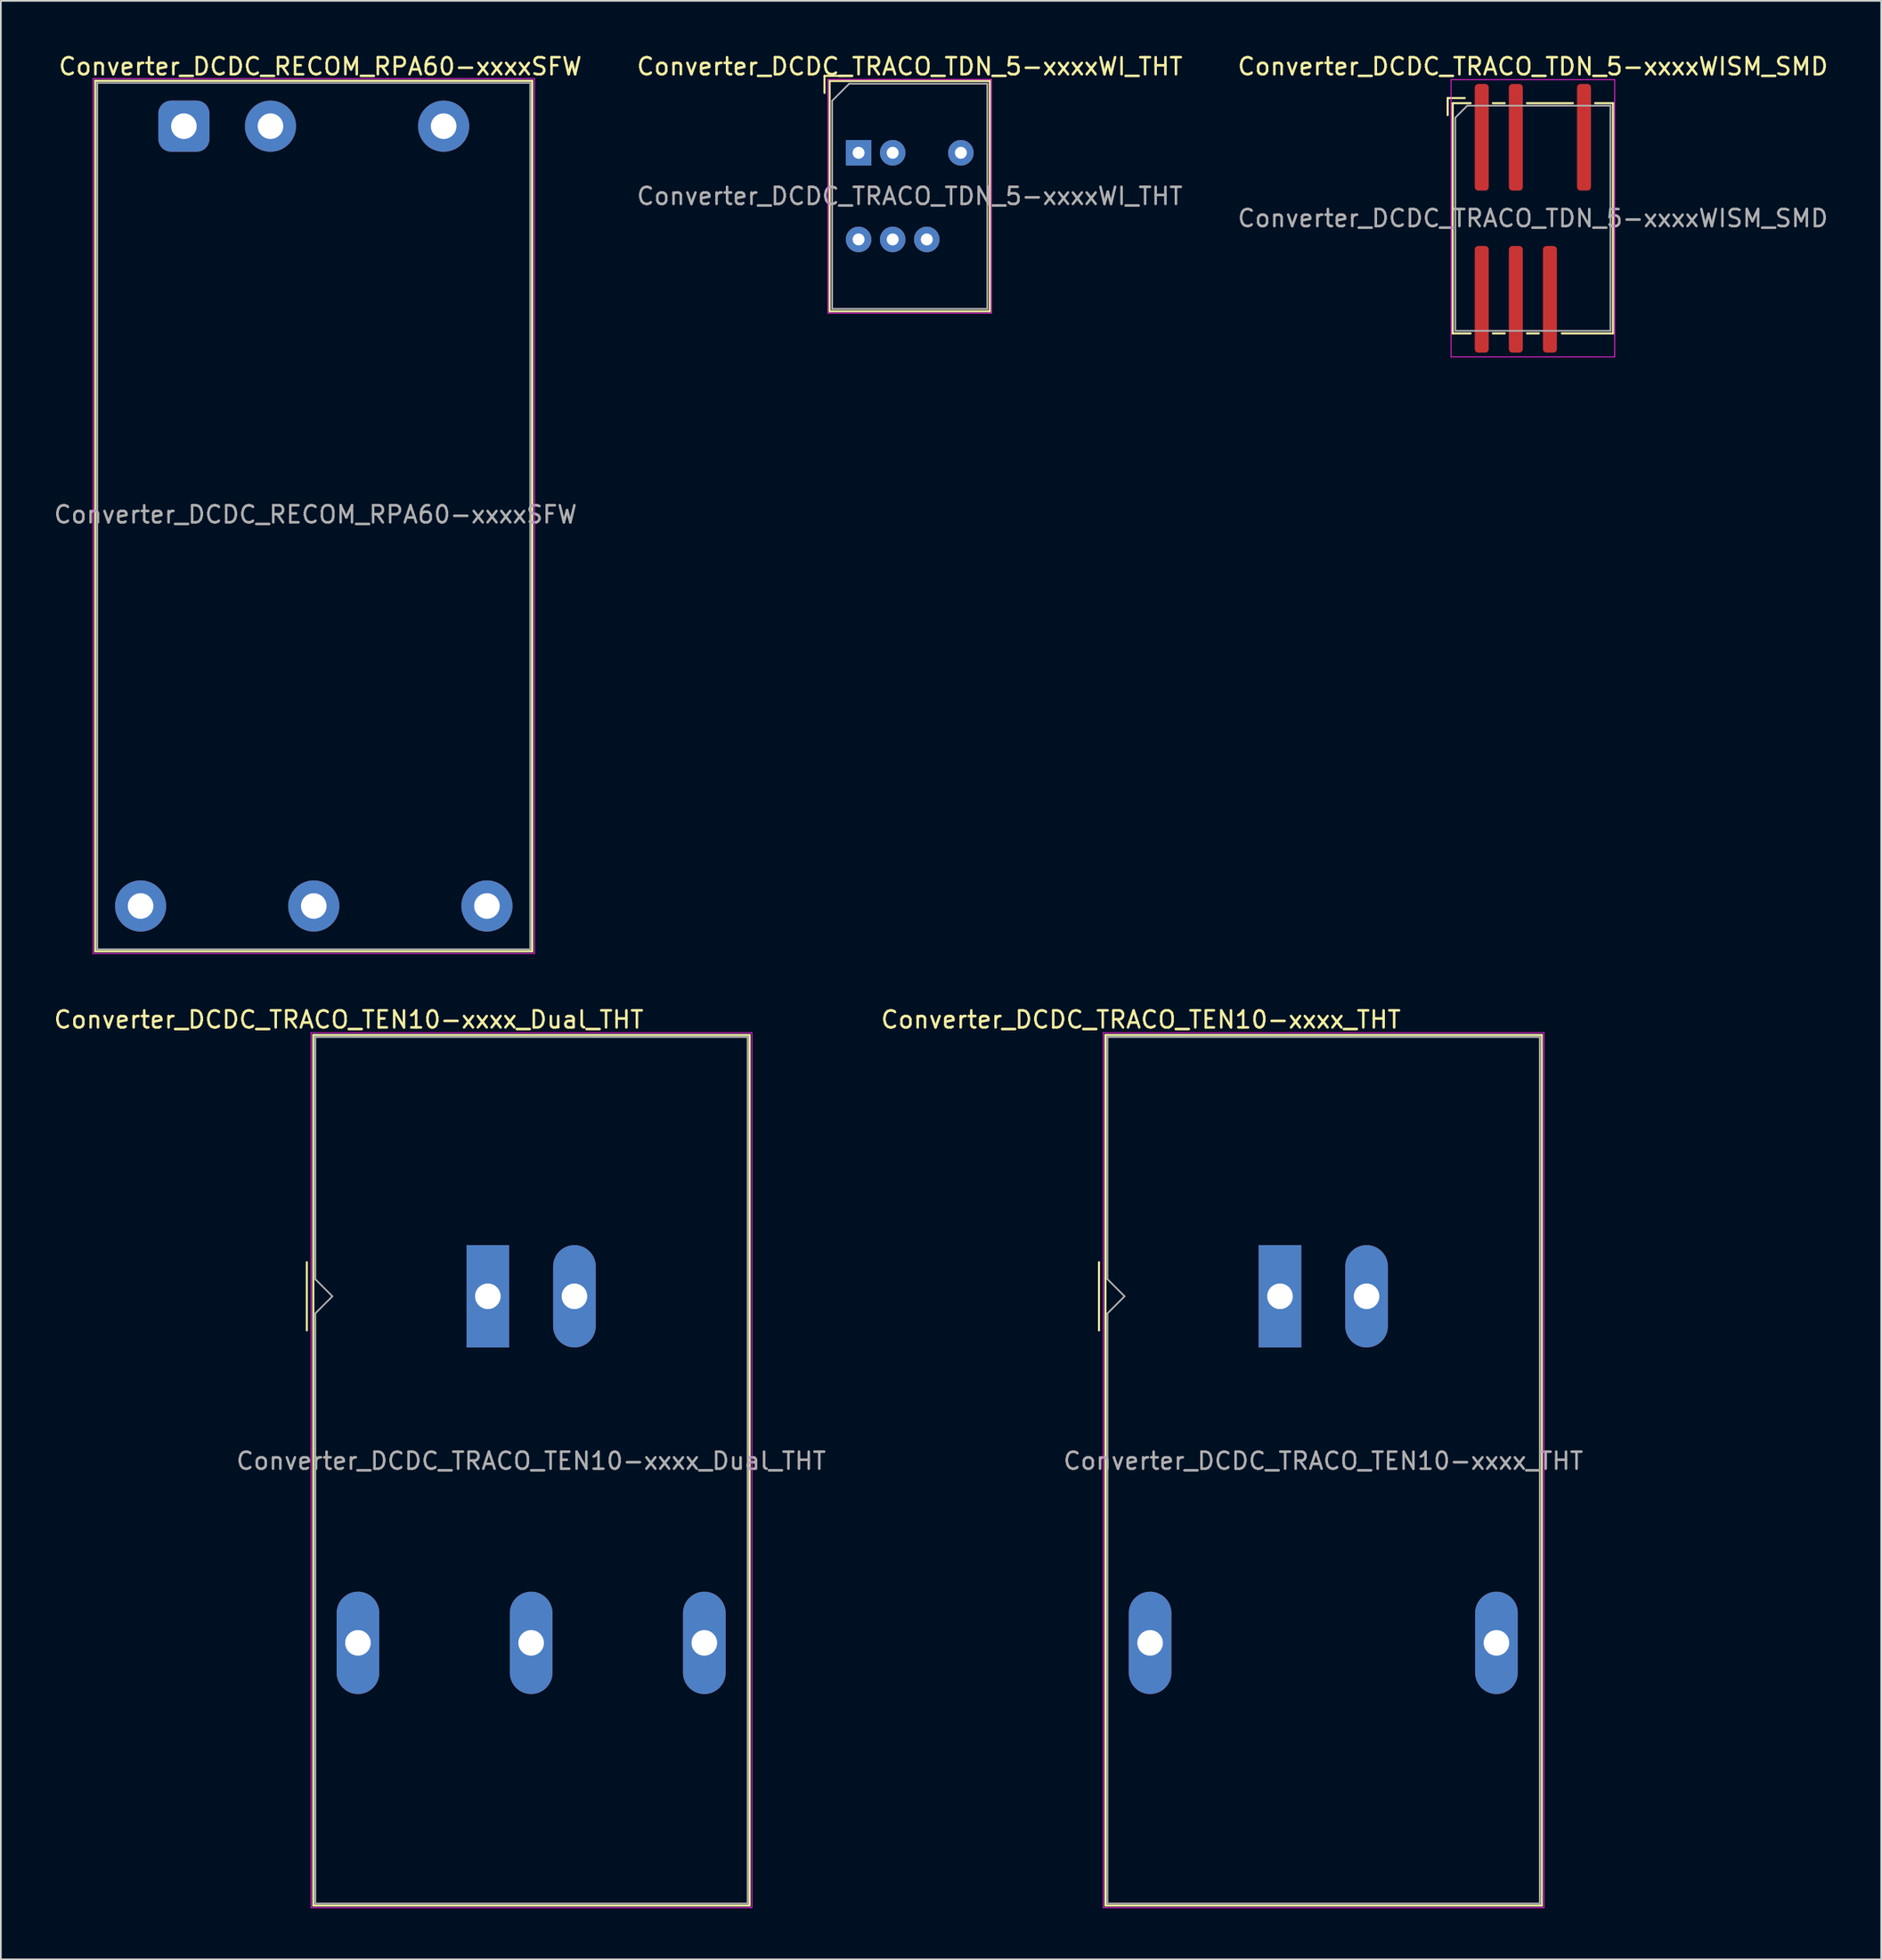
<source format=kicad_pcb>
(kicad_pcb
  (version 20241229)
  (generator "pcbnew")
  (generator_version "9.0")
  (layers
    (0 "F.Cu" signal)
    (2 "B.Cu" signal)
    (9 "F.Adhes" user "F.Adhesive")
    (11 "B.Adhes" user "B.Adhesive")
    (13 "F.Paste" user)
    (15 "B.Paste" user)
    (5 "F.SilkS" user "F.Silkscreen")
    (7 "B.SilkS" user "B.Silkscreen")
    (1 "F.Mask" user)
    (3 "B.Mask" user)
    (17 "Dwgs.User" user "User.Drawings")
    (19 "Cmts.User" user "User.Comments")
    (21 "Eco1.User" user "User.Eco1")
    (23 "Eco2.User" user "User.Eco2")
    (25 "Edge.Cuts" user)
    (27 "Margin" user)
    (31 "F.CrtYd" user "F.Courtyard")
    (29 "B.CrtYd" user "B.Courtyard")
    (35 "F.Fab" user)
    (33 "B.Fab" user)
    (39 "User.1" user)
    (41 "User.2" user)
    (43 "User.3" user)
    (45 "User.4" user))
  (footprint "Converter_DCDC_RECOM_RPA60-xxxxSFW"
    (layer "F.Cu")
    (at 7.738 4.348)
    (property "Reference" "Converter_DCDC_RECOM_RPA60-xxxxSFW" (at 8 -3.5 0) (layer "F.SilkS") (effects (font (size 1 1) (thickness 0.15))))
    (attr through_hole)
    (fp_line (start -5.2 -2.66) (end 20.44 -2.66) (stroke (width 0.12) (type solid)) (layer "F.SilkS"))
    (fp_line (start -5.2 48.38) (end -5.2 -2.66) (stroke (width 0.12) (type solid)) (layer "F.SilkS"))
    (fp_line (start 20.44 -2.66) (end 20.44 48.38) (stroke (width 0.12) (type solid)) (layer "F.SilkS"))
    (fp_line (start 20.44 48.38) (end -5.2 48.38) (stroke (width 0.12) (type solid)) (layer "F.SilkS"))
    (fp_line (start -5.33 -2.79) (end 20.57 -2.79) (stroke (width 0.05) (type solid)) (layer "F.CrtYd"))
    (fp_line (start -5.33 48.51) (end -5.33 -2.79) (stroke (width 0.05) (type solid)) (layer "F.CrtYd"))
    (fp_line (start 20.57 -2.79) (end 20.57 48.51) (stroke (width 0.05) (type solid)) (layer "F.CrtYd"))
    (fp_line (start 20.57 48.51) (end -5.33 48.51) (stroke (width 0.05) (type solid)) (layer "F.CrtYd"))
    (fp_line (start -5.08 -2.54) (end 20.32 -2.54) (stroke (width 0.1) (type solid)) (layer "F.Fab"))
    (fp_line (start -5.08 48.26) (end -5.08 -2.54) (stroke (width 0.1) (type solid)) (layer "F.Fab"))
    (fp_line (start -5.08 48.26) (end 20.32 48.26) (stroke (width 0.1) (type solid)) (layer "F.Fab"))
    (fp_line (start 20.32 48.26) (end 20.32 -2.54) (stroke (width 0.1) (type solid)) (layer "F.Fab"))
    (fp_text user "${REFERENCE}" (at 7.72 22.77 0) (layer "F.Fab") (effects (font (size 1 1) (thickness 0.15))))
    (pad "1" thru_hole roundrect (at 0 0) (size 3 3) (drill 1.5) (layers "*.Cu" "*.Mask") (roundrect_rratio 0.25))
    (pad "2" thru_hole circle (at 5.08 0) (size 3 3) (drill 1.5) (layers "*.Cu" "*.Mask"))
    (pad "3" thru_hole circle (at 15.24 0) (size 3 3) (drill 1.5) (layers "*.Cu" "*.Mask"))
    (pad "4" thru_hole circle (at 17.78 45.72) (size 3 3) (drill 1.5) (layers "*.Cu" "*.Mask"))
    (pad "5" thru_hole circle (at 7.62 45.72) (size 3 3) (drill 1.5) (layers "*.Cu" "*.Mask"))
    (pad "6" thru_hole circle (at -2.54 45.72) (size 3 3) (drill 1.5) (layers "*.Cu" "*.Mask")))
  (footprint "Converter_DCDC_TRACO_TDN_5-xxxxWISM_SMD"
    (layer "F.Cu")
    (at 86.881 9.748)
    (property "Reference" "Converter_DCDC_TRACO_TDN_5-xxxxWISM_SMD" (at 0 -8.9 0) (layer "F.SilkS") (effects (font (size 1 1) (thickness 0.15))))
    (attr smd)
    (fp_line (start -5 -7.05) (end -4 -7.05) (stroke (width 0.12) (type solid)) (layer "F.SilkS"))
    (fp_line (start -5 -6.05) (end -5 -7.05) (stroke (width 0.12) (type solid)) (layer "F.SilkS"))
    (fp_line (start -4.7 -6.75) (end -3.65 -6.75) (stroke (width 0.12) (type solid)) (layer "F.SilkS"))
    (fp_line (start -4.7 6.75) (end -4.7 -6.75) (stroke (width 0.12) (type solid)) (layer "F.SilkS"))
    (fp_line (start -3.65 6.75) (end -4.7 6.75) (stroke (width 0.12) (type solid)) (layer "F.SilkS"))
    (fp_line (start -2.35 -6.75) (end -1.65 -6.75) (stroke (width 0.12) (type solid)) (layer "F.SilkS"))
    (fp_line (start -2.35 6.75) (end -1.65 6.75) (stroke (width 0.12) (type solid)) (layer "F.SilkS"))
    (fp_line (start -0.35 -6.75) (end 2.35 -6.75) (stroke (width 0.12) (type solid)) (layer "F.SilkS"))
    (fp_line (start -0.35 6.75) (end 0.35 6.75) (stroke (width 0.12) (type solid)) (layer "F.SilkS"))
    (fp_line (start 1.7 6.75) (end 4.7 6.75) (stroke (width 0.12) (type solid)) (layer "F.SilkS"))
    (fp_line (start 3.65 -6.75) (end 4.7 -6.75) (stroke (width 0.12) (type solid)) (layer "F.SilkS"))
    (fp_line (start 4.7 -6.75) (end 4.7 6.75) (stroke (width 0.12) (type solid)) (layer "F.SilkS"))
    (fp_line (start -4.8 -8.13) (end 4.8 -8.13) (stroke (width 0.05) (type solid)) (layer "F.CrtYd"))
    (fp_line (start -4.8 8.13) (end -4.8 -8.13) (stroke (width 0.05) (type solid)) (layer "F.CrtYd"))
    (fp_line (start 4.8 -8.13) (end 4.8 8.13) (stroke (width 0.05) (type solid)) (layer "F.CrtYd"))
    (fp_line (start 4.8 8.13) (end -4.8 8.13) (stroke (width 0.05) (type solid)) (layer "F.CrtYd"))
    (fp_line (start -4.55 6.6) (end -4.55 -5.9) (stroke (width 0.1) (type solid)) (layer "F.Fab"))
    (fp_line (start -3.85 -6.6) (end -4.55 -5.9) (stroke (width 0.1) (type solid)) (layer "F.Fab"))
    (fp_line (start -3.85 -6.6) (end 4.55 -6.6) (stroke (width 0.1) (type solid)) (layer "F.Fab"))
    (fp_line (start 4.55 -6.6) (end 4.55 6.6) (stroke (width 0.1) (type solid)) (layer "F.Fab"))
    (fp_line (start 4.55 6.6) (end -4.55 6.6) (stroke (width 0.1) (type solid)) (layer "F.Fab"))
    (fp_text user "${REFERENCE}" (at 0 0 0) (layer "F.Fab") (effects (font (size 1 1) (thickness 0.15))))
    (pad "1" smd roundrect (at -3 -4.75) (size 0.82 6.25) (layers "F.Cu" "F.Mask" "F.Paste") (roundrect_rratio 0.25))
    (pad "2" smd roundrect (at -1 -4.75) (size 0.82 6.25) (layers "F.Cu" "F.Mask" "F.Paste") (roundrect_rratio 0.25))
    (pad "4" smd roundrect (at 3 -4.75) (size 0.82 6.25) (layers "F.Cu" "F.Mask" "F.Paste") (roundrect_rratio 0.25))
    (pad "5" smd roundrect (at -3 4.75) (size 0.82 6.25) (layers "F.Cu" "F.Mask" "F.Paste") (roundrect_rratio 0.25))
    (pad "6" smd roundrect (at -1 4.75) (size 0.82 6.25) (layers "F.Cu" "F.Mask" "F.Paste") (roundrect_rratio 0.25))
    (pad "7" smd roundrect (at 1 4.75) (size 0.82 6.25) (layers "F.Cu" "F.Mask" "F.Paste") (roundrect_rratio 0.25)))
  (footprint "Converter_DCDC_TRACO_TEN10-xxxx_THT"
    (layer "F.Cu")
    (at 72.045 72.951)
    (property "Reference" "Converter_DCDC_TRACO_TEN10-xxxx_THT" (at -8.16 -16.22 180) (layer "F.SilkS") (effects (font (size 1 1) (thickness 0.15))))
    (attr through_hole)
    (fp_line (start -10.62 -2) (end -10.62 2) (stroke (width 0.12) (type solid)) (layer "F.SilkS"))
    (fp_line (start -10.24 -15.32) (end 15.36 -15.32) (stroke (width 0.12) (type solid)) (layer "F.SilkS"))
    (fp_line (start -10.24 35.72) (end -10.24 -15.32) (stroke (width 0.12) (type solid)) (layer "F.SilkS"))
    (fp_line (start 15.36 -15.32) (end 15.36 35.72) (stroke (width 0.12) (type solid)) (layer "F.SilkS"))
    (fp_line (start 15.36 35.72) (end -10.24 35.72) (stroke (width 0.12) (type solid)) (layer "F.SilkS"))
    (fp_line (start -10.37 -15.45) (end 15.49 -15.45) (stroke (width 0.05) (type solid)) (layer "F.CrtYd"))
    (fp_line (start -10.37 35.85) (end -10.37 -15.45) (stroke (width 0.05) (type solid)) (layer "F.CrtYd"))
    (fp_line (start -10.37 35.85) (end 15.49 35.85) (stroke (width 0.05) (type solid)) (layer "F.CrtYd"))
    (fp_line (start 15.49 35.85) (end 15.49 -15.45) (stroke (width 0.05) (type solid)) (layer "F.CrtYd"))
    (fp_line (start -10.12 -1) (end -10.12 -15.2) (stroke (width 0.1) (type solid)) (layer "F.Fab"))
    (fp_line (start -10.12 1) (end -10.12 35.6) (stroke (width 0.1) (type solid)) (layer "F.Fab"))
    (fp_line (start -10.12 1) (end -9.12 0) (stroke (width 0.1) (type solid)) (layer "F.Fab"))
    (fp_line (start -10.12 35.6) (end 15.24 35.6) (stroke (width 0.1) (type solid)) (layer "F.Fab"))
    (fp_line (start -9.12 0) (end -10.12 -1) (stroke (width 0.1) (type solid)) (layer "F.Fab"))
    (fp_line (start 15.24 -15.2) (end -10.12 -15.2) (stroke (width 0.1) (type solid)) (layer "F.Fab"))
    (fp_line (start 15.24 35.6) (end 15.24 -15.2) (stroke (width 0.1) (type solid)) (layer "F.Fab"))
    (fp_text user "${REFERENCE}" (at 2.54 9.652 0) (layer "F.Fab") (effects (font (size 1 1) (thickness 0.15))))
    (pad "1" thru_hole rect (at 0 0 90) (size 6 2.5) (drill 1.5) (layers "*.Cu" "*.Mask"))
    (pad "2" thru_hole oval (at 5.08 0 90) (size 6 2.5) (drill 1.5) (layers "*.Cu" "*.Mask"))
    (pad "3" thru_hole oval (at -7.62 20.32 90) (size 6 2.5) (drill 1.5) (layers "*.Cu" "*.Mask"))
    (pad "5" thru_hole oval (at 12.7 20.32 90) (size 6 2.5) (drill 1.5) (layers "*.Cu" "*.Mask")))
  (footprint "Converter_DCDC_TRACO_TDN_5-xxxxWI_THT"
    (layer "F.Cu")
    (at 47.322 5.908)
    (property "Reference" "Converter_DCDC_TRACO_TDN_5-xxxxWI_THT" (at 3 -5.06 0) (layer "F.SilkS") (effects (font (size 1 1) (thickness 0.15))))
    (attr through_hole)
    (fp_line (start -2 -4.51) (end -1 -4.51) (stroke (width 0.12) (type solid)) (layer "F.SilkS"))
    (fp_line (start -2 -3.51) (end -2 -4.51) (stroke (width 0.12) (type solid)) (layer "F.SilkS"))
    (fp_line (start -1.7 -4.21) (end 7.7 -4.21) (stroke (width 0.12) (type solid)) (layer "F.SilkS"))
    (fp_line (start -1.7 9.29) (end -1.7 -4.21) (stroke (width 0.12) (type solid)) (layer "F.SilkS"))
    (fp_line (start -1.7 9.29) (end 7.7 9.29) (stroke (width 0.12) (type solid)) (layer "F.SilkS"))
    (fp_line (start 7.7 -4.21) (end 7.7 9.29) (stroke (width 0.12) (type solid)) (layer "F.SilkS"))
    (fp_line (start -1.8 -4.3) (end 7.8 -4.3) (stroke (width 0.05) (type solid)) (layer "F.CrtYd"))
    (fp_line (start -1.8 9.4) (end -1.8 -4.3) (stroke (width 0.05) (type solid)) (layer "F.CrtYd"))
    (fp_line (start 7.8 -4.3) (end 7.8 9.4) (stroke (width 0.05) (type solid)) (layer "F.CrtYd"))
    (fp_line (start 7.8 9.4) (end -1.8 9.4) (stroke (width 0.05) (type solid)) (layer "F.CrtYd"))
    (fp_line (start -1.55 9.15) (end -1.55 -3.05) (stroke (width 0.1) (type solid)) (layer "F.Fab"))
    (fp_line (start -0.55 -4.05) (end -1.55 -3.05) (stroke (width 0.1) (type solid)) (layer "F.Fab"))
    (fp_line (start -0.55 -4.05) (end 7.55 -4.05) (stroke (width 0.1) (type solid)) (layer "F.Fab"))
    (fp_line (start 7.55 -4.05) (end 7.55 9.15) (stroke (width 0.1) (type solid)) (layer "F.Fab"))
    (fp_line (start 7.55 9.15) (end -1.55 9.15) (stroke (width 0.1) (type solid)) (layer "F.Fab"))
    (fp_text user "${REFERENCE}" (at 3 2.54 0) (layer "F.Fab") (effects (font (size 1 1) (thickness 0.15))))
    (pad "1" thru_hole rect (at 0 0) (size 1.5 1.5) (drill 0.7) (layers "*.Cu" "*.Mask"))
    (pad "2" thru_hole circle (at 2 0) (size 1.5 1.5) (drill 0.7) (layers "*.Cu" "*.Mask"))
    (pad "4" thru_hole circle (at 6 0) (size 1.5 1.5) (drill 0.7) (layers "*.Cu" "*.Mask"))
    (pad "5" thru_hole circle (at 0 5.08) (size 1.5 1.5) (drill 0.7) (layers "*.Cu" "*.Mask"))
    (pad "6" thru_hole circle (at 2 5.08) (size 1.5 1.5) (drill 0.7) (layers "*.Cu" "*.Mask"))
    (pad "7" thru_hole circle (at 4 5.08) (size 1.5 1.5) (drill 0.7) (layers "*.Cu" "*.Mask")))
  (footprint "Converter_DCDC_TRACO_TEN10-xxxx_Dual_THT"
    (layer "F.Cu")
    (at 25.571 72.951)
    (property "Reference" "Converter_DCDC_TRACO_TEN10-xxxx_Dual_THT" (at -8.16 -16.22 180) (layer "F.SilkS") (effects (font (size 1 1) (thickness 0.15))))
    (attr through_hole)
    (fp_line (start -10.62 -2) (end -10.62 2) (stroke (width 0.12) (type solid)) (layer "F.SilkS"))
    (fp_line (start -10.24 -15.32) (end 15.36 -15.32) (stroke (width 0.12) (type solid)) (layer "F.SilkS"))
    (fp_line (start -10.24 35.72) (end -10.24 -15.32) (stroke (width 0.12) (type solid)) (layer "F.SilkS"))
    (fp_line (start 15.36 -15.32) (end 15.36 35.72) (stroke (width 0.12) (type solid)) (layer "F.SilkS"))
    (fp_line (start 15.36 35.72) (end -10.24 35.72) (stroke (width 0.12) (type solid)) (layer "F.SilkS"))
    (fp_line (start -10.37 -15.45) (end 15.49 -15.45) (stroke (width 0.05) (type solid)) (layer "F.CrtYd"))
    (fp_line (start -10.37 35.85) (end -10.37 -15.45) (stroke (width 0.05) (type solid)) (layer "F.CrtYd"))
    (fp_line (start -10.37 35.85) (end 15.49 35.85) (stroke (width 0.05) (type solid)) (layer "F.CrtYd"))
    (fp_line (start 15.49 35.85) (end 15.49 -15.45) (stroke (width 0.05) (type solid)) (layer "F.CrtYd"))
    (fp_line (start -10.12 -1) (end -10.12 -15.2) (stroke (width 0.1) (type solid)) (layer "F.Fab"))
    (fp_line (start -10.12 1) (end -10.12 35.6) (stroke (width 0.1) (type solid)) (layer "F.Fab"))
    (fp_line (start -10.12 1) (end -9.12 0) (stroke (width 0.1) (type solid)) (layer "F.Fab"))
    (fp_line (start -10.12 35.6) (end 15.24 35.6) (stroke (width 0.1) (type solid)) (layer "F.Fab"))
    (fp_line (start -9.12 0) (end -10.12 -1) (stroke (width 0.1) (type solid)) (layer "F.Fab"))
    (fp_line (start 15.24 -15.2) (end -10.12 -15.2) (stroke (width 0.1) (type solid)) (layer "F.Fab"))
    (fp_line (start 15.24 35.6) (end 15.24 -15.2) (stroke (width 0.1) (type solid)) (layer "F.Fab"))
    (fp_text user "${REFERENCE}" (at 2.54 9.652 0) (layer "F.Fab") (effects (font (size 1 1) (thickness 0.15))))
    (pad "1" thru_hole rect (at 0 0 90) (size 6 2.5) (drill 1.5) (layers "*.Cu" "*.Mask"))
    (pad "2" thru_hole oval (at 5.08 0 90) (size 6 2.5) (drill 1.5) (layers "*.Cu" "*.Mask"))
    (pad "3" thru_hole oval (at -7.62 20.32 90) (size 6 2.5) (drill 1.5) (layers "*.Cu" "*.Mask"))
    (pad "4" thru_hole oval (at 2.54 20.32 90) (size 6 2.5) (drill 1.5) (layers "*.Cu" "*.Mask"))
    (pad "5" thru_hole oval (at 12.7 20.32 90) (size 6 2.5) (drill 1.5) (layers "*.Cu" "*.Mask")))
  (gr_rect
    (start -3 -3)
    (end 107.316 111.826)
    (stroke (width 0.1) (type default))
    (fill no)
    (layer "Edge.Cuts")))
</source>
